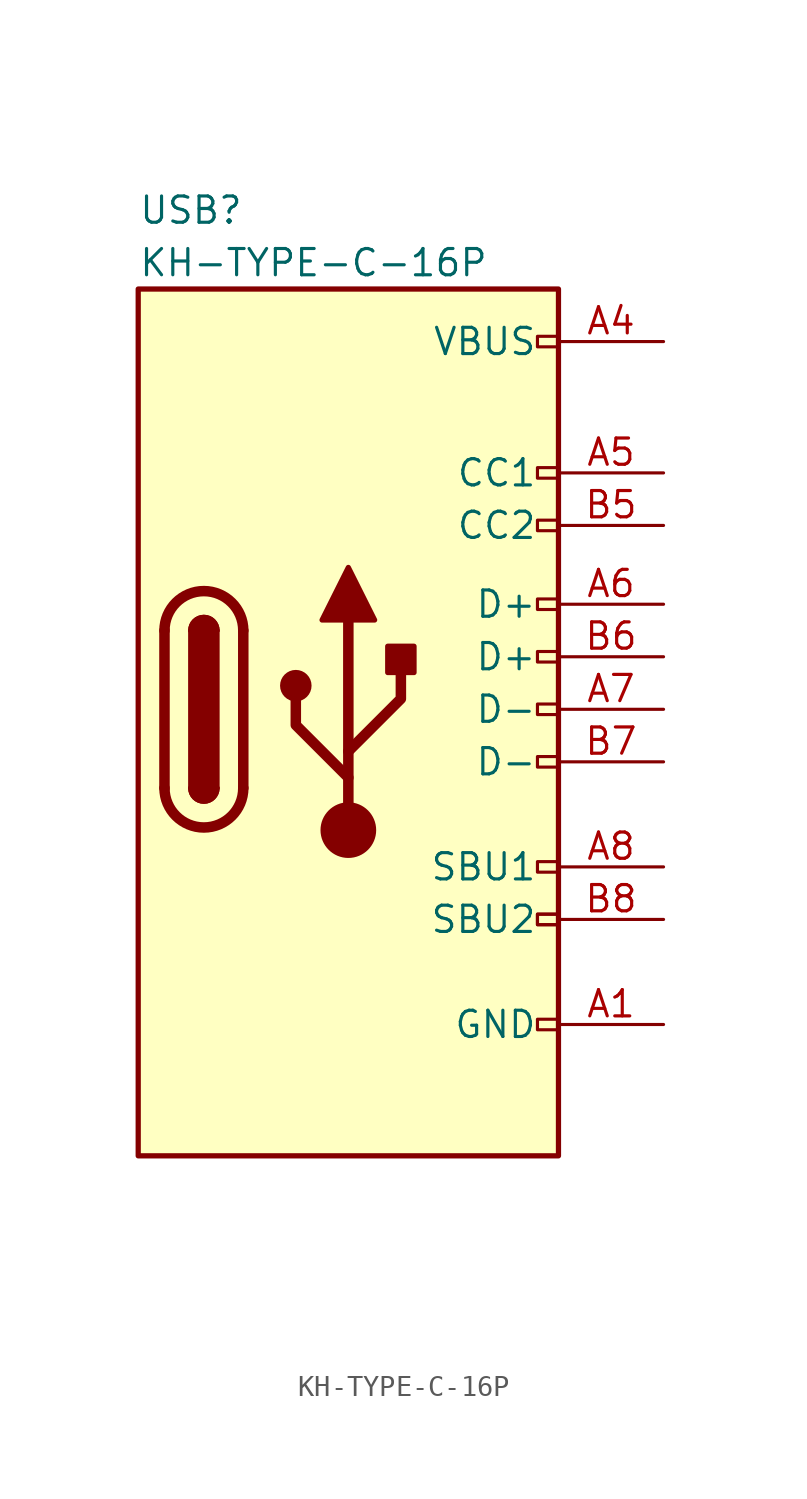
<source format=kicad_sym>
(kicad_symbol_lib
  (version 20220914)
  (generator kicad_symbol_editor)
  (symbol "KH-TYPE-C-16P"
    (pin_names
      (offset 1.016))
    (property "Reference" "USB"
      (at -10.16 24.13 0)
      (effects (font (size 1.27 1.27)) (justify left)))
    (property "Value" "KH-TYPE-C-16P"
      (at -10.16 21.59 0)
      (effects (font (size 1.27 1.27)) (justify left)))
    (symbol "KH-TYPE-C-16P_0_0"
      (rectangle (start 9.144 5.334) (end 10.16 4.826) (stroke (width 0) (type default)) (fill (type none)))
      (rectangle (start 9.144 9.144) (end 10.16 8.636) (stroke (width 0) (type default)) (fill (type none)))
      (rectangle (start 9.144 11.684) (end 10.16 11.176) (stroke (width 0) (type default)) (fill (type none)))
      (rectangle (start 10.16 -14.986) (end 9.144 -15.494) (stroke (width 0) (type default)) (fill (type none)))
      (rectangle (start 10.16 -9.906) (end 9.144 -10.414) (stroke (width 0) (type default)) (fill (type none)))
      (rectangle (start 10.16 -9.906) (end 9.144 -10.414) (stroke (width 0) (type default)) (fill (type none)))
      (rectangle (start 10.16 -7.366) (end 9.144 -7.874) (stroke (width 0) (type default)) (fill (type none)))
      (rectangle (start 10.16 -2.286) (end 9.144 -2.794) (stroke (width 0) (type default)) (fill (type none)))
      (rectangle (start 10.16 0.254) (end 9.144 -0.254) (stroke (width 0) (type default)) (fill (type none)))
      (rectangle (start 10.16 2.794) (end 9.144 2.286) (stroke (width 0) (type default)) (fill (type none)))
      (rectangle (start 10.16 18.034) (end 9.144 17.526) (stroke (width 0) (type default)) (fill (type none))))
    (symbol "KH-TYPE-C-16P_0_1"
      (rectangle (start -10.16 20.32) (end 10.16 -21.59) (stroke (width 0.254) (type default)) (fill (type background)))
      (arc (start -8.89 -3.81) (mid -6.985 -5.7067) (end -5.08 -3.81) (stroke (width 0.508) (type default)) (fill (type none)))
      (arc (start -7.62 -3.81) (mid -6.985 -4.4423) (end -6.35 -3.81) (stroke (width 0.254) (type default)) (fill (type none)))
      (arc (start -7.62 -3.81) (mid -6.985 -4.4423) (end -6.35 -3.81) (stroke (width 0.254) (type default)) (fill (type outline)))
      (rectangle (start -7.62 -3.81) (end -6.35 3.81) (stroke (width 0.254) (type default)) (fill (type outline)))
      (arc (start -6.35 3.81) (mid -6.985 4.4423) (end -7.62 3.81) (stroke (width 0.254) (type default)) (fill (type none)))
      (arc (start -6.35 3.81) (mid -6.985 4.4423) (end -7.62 3.81) (stroke (width 0.254) (type default)) (fill (type outline)))
      (arc (start -5.08 3.81) (mid -6.985 5.7067) (end -8.89 3.81) (stroke (width 0.508) (type default)) (fill (type none)))
      (polyline (pts (xy -8.89 -3.81) (xy -8.89 3.81)) (stroke (width 0.508) (type default)) (fill (type none)))
      (polyline (pts (xy -5.08 3.81) (xy -5.08 -3.81)) (stroke (width 0.508) (type default)) (fill (type none))))
    (symbol "KH-TYPE-C-16P_1_1"
      (circle (center -2.54 1.143) (radius 0.635) (stroke (width 0.254) (type default)) (fill (type outline)))
      (circle (center 0 -5.842) (radius 1.27) (stroke (width 0) (type default)) (fill (type outline)))
      (polyline (pts (xy 0 -5.842) (xy 0 4.318)) (stroke (width 0.508) (type default)) (fill (type none)))
      (polyline (pts (xy 0 -3.302) (xy -2.54 -0.762) (xy -2.54 0.508)) (stroke (width 0.508) (type default)) (fill (type none)))
      (polyline (pts (xy 0 -2.032) (xy 2.54 0.508) (xy 2.54 1.778)) (stroke (width 0.508) (type default)) (fill (type none)))
      (polyline (pts (xy -1.27 4.318) (xy 0 6.858) (xy 1.27 4.318) (xy -1.27 4.318)) (stroke (width 0.254) (type default)) (fill (type outline)))
      (rectangle (start 1.905 1.778) (end 3.175 3.048) (stroke (width 0.254) (type default)) (fill (type outline)))
      (pin passive line (at 15.24 -15.24 180) (length 5.08) (name "GND" (effects (font (size 1.27 1.27)))) (number "A1" (effects (font (size 1.27 1.27)))))
      (pin passive line (at 15.24 -15.24 180) (length 5.08) hide (name "GND" (effects (font (size 1.27 1.27)))) (number "A12" (effects (font (size 1.27 1.27)))))
      (pin passive line (at 15.24 17.78 180) (length 5.08) (name "VBUS" (effects (font (size 1.27 1.27)))) (number "A4" (effects (font (size 1.27 1.27)))))
      (pin bidirectional line (at 15.24 11.43 180) (length 5.08) (name "CC1" (effects (font (size 1.27 1.27)))) (number "A5" (effects (font (size 1.27 1.27)))))
      (pin bidirectional line (at 15.24 5.08 180) (length 5.08) (name "D+" (effects (font (size 1.27 1.27)))) (number "A6" (effects (font (size 1.27 1.27)))))
      (pin bidirectional line (at 15.24 0 180) (length 5.08) (name "D-" (effects (font (size 1.27 1.27)))) (number "A7" (effects (font (size 1.27 1.27)))))
      (pin bidirectional line (at 15.24 -7.62 180) (length 5.08) (name "SBU1" (effects (font (size 1.27 1.27)))) (number "A8" (effects (font (size 1.27 1.27)))))
      (pin passive line (at 15.24 17.78 180) (length 5.08) hide (name "VBUS" (effects (font (size 1.27 1.27)))) (number "A9" (effects (font (size 1.27 1.27)))))
      (pin passive line (at 15.24 -15.24 180) (length 5.08) hide (name "GND" (effects (font (size 1.27 1.27)))) (number "B1" (effects (font (size 1.27 1.27)))))
      (pin passive line (at 15.24 -15.24 180) (length 5.08) hide (name "GND" (effects (font (size 1.27 1.27)))) (number "B12" (effects (font (size 1.27 1.27)))))
      (pin passive line (at 15.24 17.78 180) (length 5.08) hide (name "VBUS" (effects (font (size 1.27 1.27)))) (number "B4" (effects (font (size 1.27 1.27)))))
      (pin bidirectional line (at 15.24 8.89 180) (length 5.08) (name "CC2" (effects (font (size 1.27 1.27)))) (number "B5" (effects (font (size 1.27 1.27)))))
      (pin bidirectional line (at 15.24 2.54 180) (length 5.08) (name "D+" (effects (font (size 1.27 1.27)))) (number "B6" (effects (font (size 1.27 1.27)))))
      (pin bidirectional line (at 15.24 -2.54 180) (length 5.08) (name "D-" (effects (font (size 1.27 1.27)))) (number "B7" (effects (font (size 1.27 1.27)))))
      (pin bidirectional line (at 15.24 -10.16 180) (length 5.08) (name "SBU2" (effects (font (size 1.27 1.27)))) (number "B8" (effects (font (size 1.27 1.27)))))
      (pin passive line (at 15.24 17.78 180) (length 5.08) hide (name "VBUS" (effects (font (size 1.27 1.27)))) (number "B9" (effects (font (size 1.27 1.27)))))
      (pin no_connect line (at -7.62 -26.67 90) (length 5.08) hide (name "SHIELD" (effects (font (size 1.27 1.27)))) (number "S1" (effects (font (size 1.27 1.27)))))
      (pin no_connect line (at -3.81 -26.67 90) (length 5.08) hide (name "SHIELD" (effects (font (size 1.27 1.27)))) (number "S2" (effects (font (size 1.27 1.27)))))
      (pin no_connect line (at 0 -26.67 90) (length 5.08) hide (name "SHIELD" (effects (font (size 1.27 1.27)))) (number "S3" (effects (font (size 1.27 1.27)))))
      (pin no_connect line (at 3.81 -26.67 90) (length 5.08) hide (name "SHIELD" (effects (font (size 1.27 1.27)))) (number "S4" (effects (font (size 1.27 1.27))))))))
</source>
